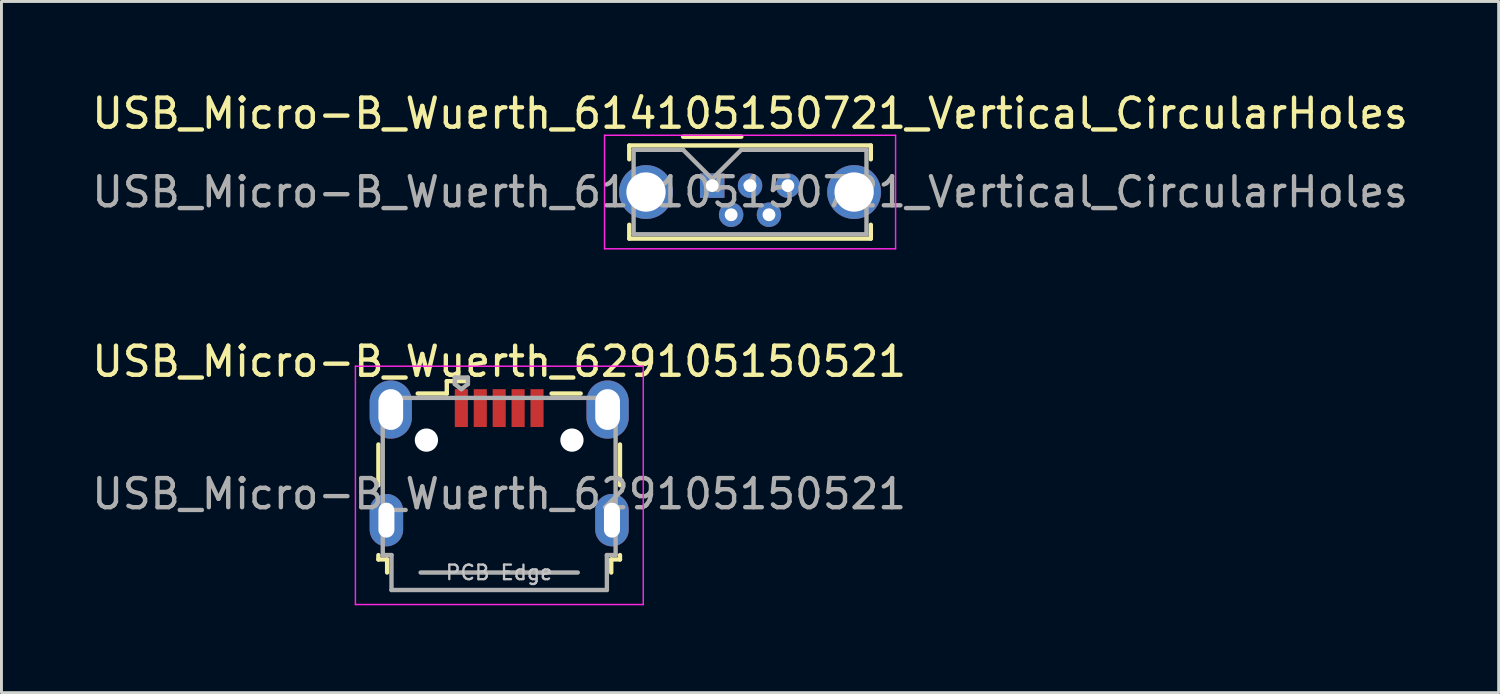
<source format=kicad_pcb>
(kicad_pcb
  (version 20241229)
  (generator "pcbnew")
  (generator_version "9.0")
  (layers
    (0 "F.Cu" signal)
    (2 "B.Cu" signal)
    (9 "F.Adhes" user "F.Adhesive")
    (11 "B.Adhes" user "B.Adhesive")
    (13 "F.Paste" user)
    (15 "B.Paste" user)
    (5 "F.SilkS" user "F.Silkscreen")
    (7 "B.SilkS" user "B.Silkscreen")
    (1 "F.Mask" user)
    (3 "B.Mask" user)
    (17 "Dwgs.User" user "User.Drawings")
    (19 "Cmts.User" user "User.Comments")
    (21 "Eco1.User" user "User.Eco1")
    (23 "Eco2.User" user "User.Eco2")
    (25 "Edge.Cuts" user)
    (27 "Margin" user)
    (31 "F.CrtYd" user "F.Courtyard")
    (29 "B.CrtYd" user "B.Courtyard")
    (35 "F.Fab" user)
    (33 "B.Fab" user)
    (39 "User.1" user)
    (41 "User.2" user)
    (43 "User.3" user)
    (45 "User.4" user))
  (footprint "USB_Micro-B_Wuerth_614105150721_Vertical_CircularHoles"
    (layer "F.Cu")
    (at 21.42 3.328)
    (property "Reference" "USB_Micro-B_Wuerth_614105150721_Vertical_CircularHoles" (at 1.3 -2.48 0) (layer "F.SilkS") (effects (font (size 1 1) (thickness 0.15))))
    (attr through_hole)
    (fp_line (start -2.85 -1.38) (end 5.45 -1.38) (stroke (width 0.15) (type solid)) (layer "F.SilkS"))
    (fp_line (start -2.85 -0.905) (end -2.85 -1.38) (stroke (width 0.15) (type solid)) (layer "F.SilkS"))
    (fp_line (start -2.85 1.345) (end -2.85 1.82) (stroke (width 0.15) (type solid)) (layer "F.SilkS"))
    (fp_line (start -2.85 1.82) (end 5.45 1.82) (stroke (width 0.15) (type solid)) (layer "F.SilkS"))
    (fp_line (start -1 -1.68) (end 1 -1.68) (stroke (width 0.15) (type solid)) (layer "F.SilkS"))
    (fp_line (start 5.45 -1.38) (end 5.45 -0.905) (stroke (width 0.15) (type solid)) (layer "F.SilkS"))
    (fp_line (start 5.45 1.82) (end 5.45 1.345) (stroke (width 0.15) (type solid)) (layer "F.SilkS"))
    (fp_line (start -3.7 -1.73) (end -3.7 2.17) (stroke (width 0.05) (type solid)) (layer "F.CrtYd"))
    (fp_line (start -3.7 2.17) (end 6.3 2.17) (stroke (width 0.05) (type solid)) (layer "F.CrtYd"))
    (fp_line (start 6.3 -1.73) (end -3.7 -1.73) (stroke (width 0.05) (type solid)) (layer "F.CrtYd"))
    (fp_line (start 6.3 2.17) (end 6.3 -1.73) (stroke (width 0.05) (type solid)) (layer "F.CrtYd"))
    (fp_line (start -2.7 -1.23) (end -1 -1.23) (stroke (width 0.15) (type solid)) (layer "F.Fab"))
    (fp_line (start -2.7 1.67) (end -2.7 -1.23) (stroke (width 0.15) (type solid)) (layer "F.Fab"))
    (fp_line (start -1 -1.23) (end 0 -0.23) (stroke (width 0.15) (type solid)) (layer "F.Fab"))
    (fp_line (start 0 -0.23) (end 1 -1.23) (stroke (width 0.15) (type solid)) (layer "F.Fab"))
    (fp_line (start 1 -1.23) (end 5.3 -1.23) (stroke (width 0.15) (type solid)) (layer "F.Fab"))
    (fp_line (start 5.3 -1.23) (end 5.3 1.67) (stroke (width 0.15) (type solid)) (layer "F.Fab"))
    (fp_line (start 5.3 1.67) (end -2.7 1.67) (stroke (width 0.15) (type solid)) (layer "F.Fab"))
    (fp_text user "${REFERENCE}" (at 1.3 0.22 0) (layer "F.Fab") (effects (font (size 1 1) (thickness 0.15))))
    (pad "1" thru_hole rect (at 0 0) (size 0.84 0.84) (drill 0.44) (layers "*.Cu" "*.Mask"))
    (pad "2" thru_hole circle (at 0.65 1) (size 0.84 0.84) (drill 0.44) (layers "*.Cu" "*.Mask"))
    (pad "3" thru_hole circle (at 1.3 0) (size 0.84 0.84) (drill 0.44) (layers "*.Cu" "*.Mask"))
    (pad "4" thru_hole circle (at 1.95 1) (size 0.84 0.84) (drill 0.44) (layers "*.Cu" "*.Mask"))
    (pad "5" thru_hole circle (at 2.6 0) (size 0.84 0.84) (drill 0.44) (layers "*.Cu" "*.Mask"))
    (pad "6" thru_hole circle (at -2.275 0.22) (size 1.85 1.85) (drill 1.35) (layers "*.Cu" "*.Mask"))
    (pad "6" thru_hole circle (at 4.875 0.22) (size 1.85 1.85) (drill 1.35) (layers "*.Cu" "*.Mask")))
  (footprint "USB_Micro-B_Wuerth_629105150521"
    (layer "F.Cu")
    (at 14.101 12.871)
    (property "Reference" "USB_Micro-B_Wuerth_629105150521" (at 0 -3.5 0) (layer "F.SilkS") (effects (font (size 1 1) (thickness 0.15))))
    (attr smd)
    (fp_line (start -4.15 -0.65) (end -4.15 0.75) (stroke (width 0.15) (type solid)) (layer "F.SilkS"))
    (fp_line (start -4.15 3.15) (end -4.15 3.3) (stroke (width 0.15) (type solid)) (layer "F.SilkS"))
    (fp_line (start -4.15 3.3) (end -3.85 3.3) (stroke (width 0.15) (type solid)) (layer "F.SilkS"))
    (fp_line (start -3.85 3.3) (end -3.85 3.75) (stroke (width 0.15) (type solid)) (layer "F.SilkS"))
    (fp_line (start -1.8 -2.825) (end -1.8 -2.4) (stroke (width 0.15) (type solid)) (layer "F.SilkS"))
    (fp_line (start -1.8 -2.4) (end -2.8 -2.4) (stroke (width 0.15) (type solid)) (layer "F.SilkS"))
    (fp_line (start -1.075 -2.825) (end -1.8 -2.825) (stroke (width 0.15) (type solid)) (layer "F.SilkS"))
    (fp_line (start 1.8 -2.4) (end 2.8 -2.4) (stroke (width 0.15) (type solid)) (layer "F.SilkS"))
    (fp_line (start 3.85 3.3) (end 4.15 3.3) (stroke (width 0.15) (type solid)) (layer "F.SilkS"))
    (fp_line (start 3.85 3.75) (end 3.85 3.3) (stroke (width 0.15) (type solid)) (layer "F.SilkS"))
    (fp_line (start 4.15 0.75) (end 4.15 -0.65) (stroke (width 0.15) (type solid)) (layer "F.SilkS"))
    (fp_line (start 4.15 3.3) (end 4.15 3.15) (stroke (width 0.15) (type solid)) (layer "F.SilkS"))
    (fp_line (start -4.94 -3.34) (end -4.94 4.85) (stroke (width 0.05) (type solid)) (layer "F.CrtYd"))
    (fp_line (start -4.94 4.85) (end 4.95 4.85) (stroke (width 0.05) (type solid)) (layer "F.CrtYd"))
    (fp_line (start 4.95 -3.34) (end -4.94 -3.34) (stroke (width 0.05) (type solid)) (layer "F.CrtYd"))
    (fp_line (start 4.95 4.85) (end 4.95 -3.34) (stroke (width 0.05) (type solid)) (layer "F.CrtYd"))
    (fp_line (start -4 -2.25) (end -4 3.15) (stroke (width 0.15) (type solid)) (layer "F.Fab"))
    (fp_line (start -4 3.15) (end -3.7 3.15) (stroke (width 0.15) (type solid)) (layer "F.Fab"))
    (fp_line (start -3.7 3.15) (end -3.7 4.35) (stroke (width 0.15) (type solid)) (layer "F.Fab"))
    (fp_line (start -3.7 4.35) (end 3.7 4.35) (stroke (width 0.15) (type solid)) (layer "F.Fab"))
    (fp_line (start -2.7 3.75) (end 2.7 3.75) (stroke (width 0.15) (type solid)) (layer "F.Fab"))
    (fp_line (start -1.525 -2.95) (end -1.075 -2.95) (stroke (width 0.15) (type solid)) (layer "F.Fab"))
    (fp_line (start -1.525 -2.725) (end -1.525 -2.95) (stroke (width 0.15) (type solid)) (layer "F.Fab"))
    (fp_line (start -1.3 -2.55) (end -1.525 -2.725) (stroke (width 0.15) (type solid)) (layer "F.Fab"))
    (fp_line (start -1.075 -2.95) (end -1.075 -2.725) (stroke (width 0.15) (type solid)) (layer "F.Fab"))
    (fp_line (start -1.075 -2.725) (end -1.3 -2.55) (stroke (width 0.15) (type solid)) (layer "F.Fab"))
    (fp_line (start 3.7 3.15) (end 4 3.15) (stroke (width 0.15) (type solid)) (layer "F.Fab"))
    (fp_line (start 3.7 4.35) (end 3.7 3.15) (stroke (width 0.15) (type solid)) (layer "F.Fab"))
    (fp_line (start 4 -2.25) (end -4 -2.25) (stroke (width 0.15) (type solid)) (layer "F.Fab"))
    (fp_line (start 4 3.15) (end 4 -2.25) (stroke (width 0.15) (type solid)) (layer "F.Fab"))
    (fp_text user "PCB Edge" (at 0 3.75 0) (layer "Dwgs.User") (effects (font (size 0.5 0.5) (thickness 0.08))))
    (fp_text user "${REFERENCE}" (at 0 1.05 0) (layer "F.Fab") (effects (font (size 1 1) (thickness 0.15))))
    (pad "" np_thru_hole oval (at -2.5 -0.8) (size 0.8 0.8) (drill 0.8) (layers "*.Cu" "*.Mask"))
    (pad "" np_thru_hole oval (at 2.5 -0.8) (size 0.8 0.8) (drill 0.8) (layers "*.Cu" "*.Mask"))
    (pad "1" smd rect (at -1.3 -1.9) (size 0.45 1.3) (layers "F.Cu" "F.Mask" "F.Paste"))
    (pad "2" smd rect (at -0.65 -1.9) (size 0.45 1.3) (layers "F.Cu" "F.Mask" "F.Paste"))
    (pad "3" smd rect (at 0 -1.9) (size 0.45 1.3) (layers "F.Cu" "F.Mask" "F.Paste"))
    (pad "4" smd rect (at 0.65 -1.9) (size 0.45 1.3) (layers "F.Cu" "F.Mask" "F.Paste"))
    (pad "5" smd rect (at 1.3 -1.9) (size 0.45 1.3) (layers "F.Cu" "F.Mask" "F.Paste"))
    (pad "6" thru_hole oval (at -3.875 1.95) (size 1.15 1.8) (drill oval 0.55 1.2) (layers "*.Cu" "*.Mask"))
    (pad "6" thru_hole oval (at -3.725 -1.85) (size 1.45 2) (drill oval 0.85 1.4) (layers "*.Cu" "*.Mask"))
    (pad "6" thru_hole oval (at 3.725 -1.85) (size 1.45 2) (drill oval 0.85 1.4) (layers "*.Cu" "*.Mask"))
    (pad "6" thru_hole oval (at 3.875 1.95) (size 1.15 1.8) (drill oval 0.55 1.2) (layers "*.Cu" "*.Mask")))
  (gr_rect
    (start -3 -3)
    (end 48.44 20.747)
    (stroke (width 0.1) (type default))
    (fill no)
    (layer "Edge.Cuts")))
</source>
